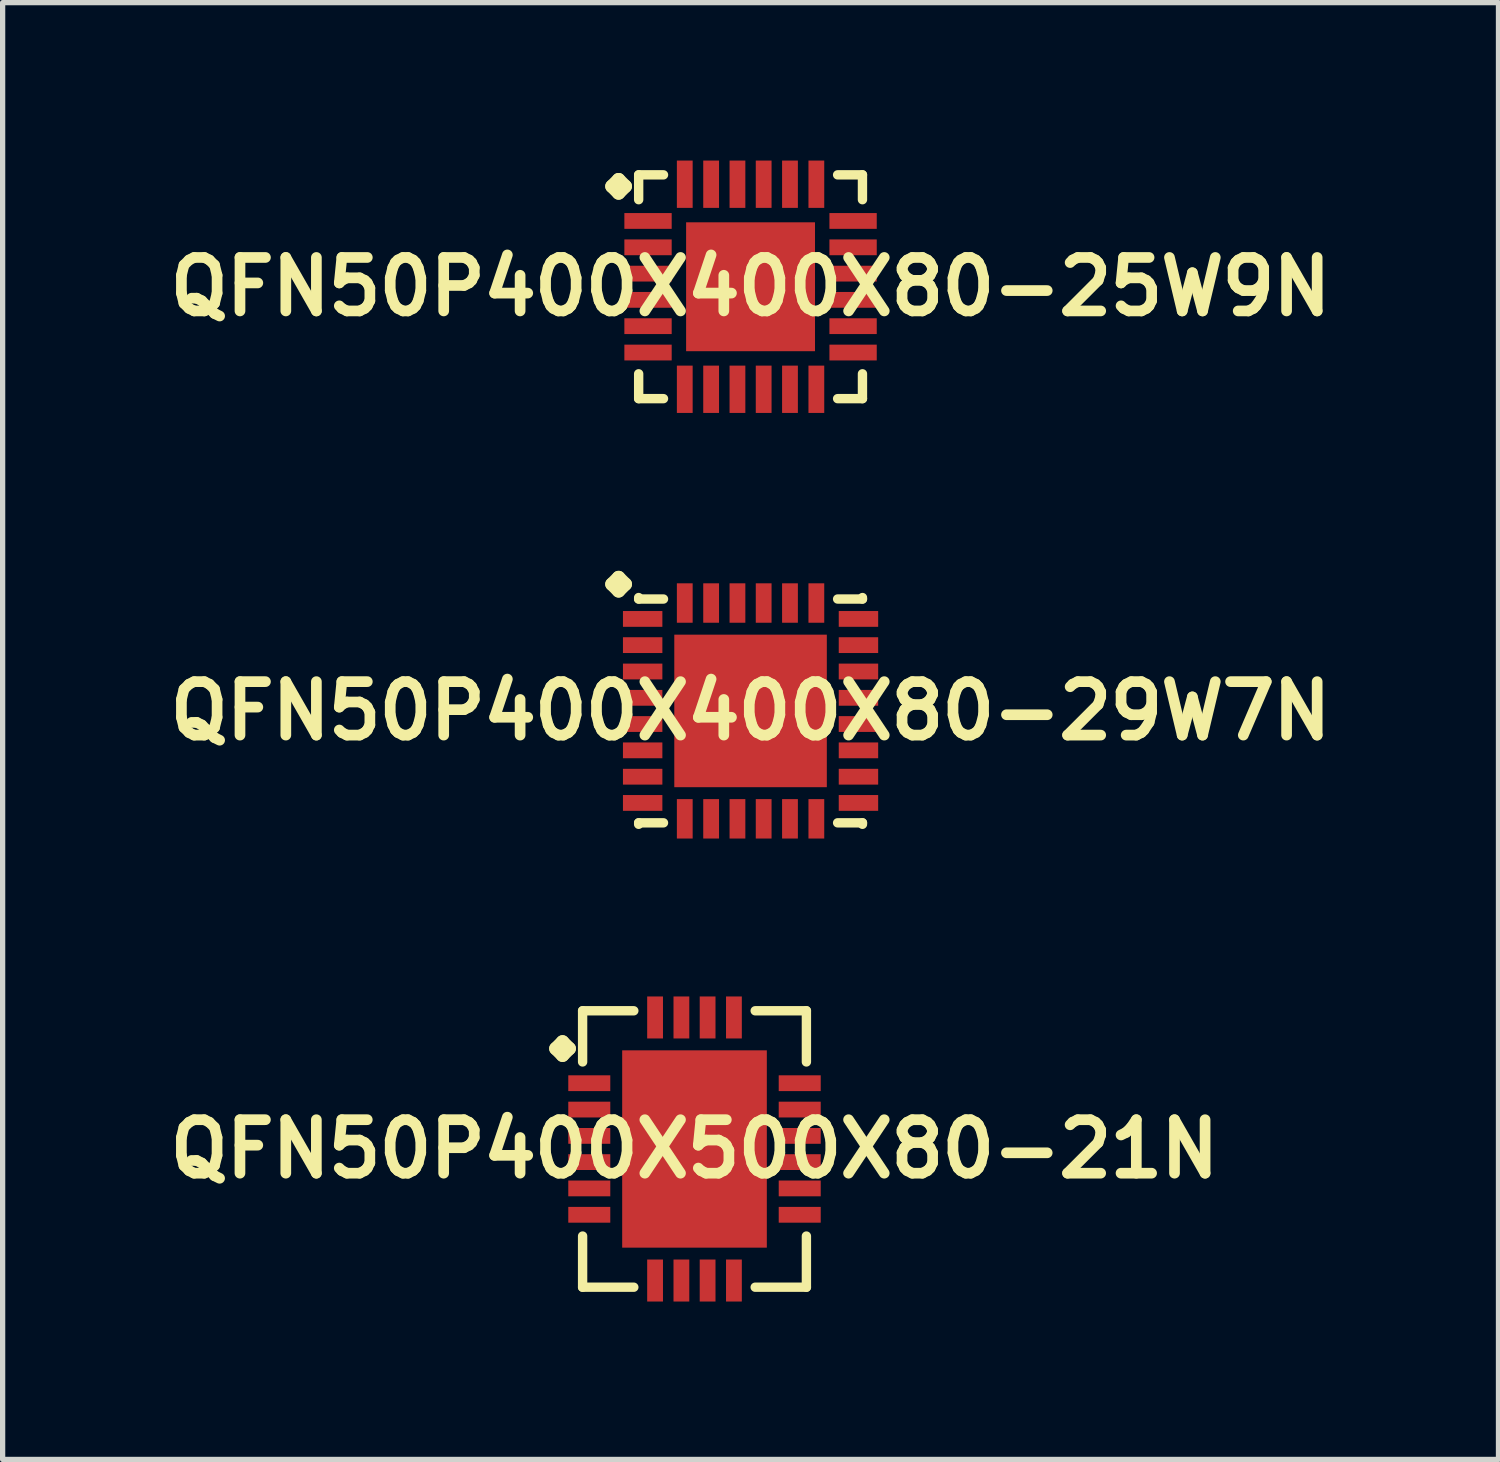
<source format=kicad_pcb>
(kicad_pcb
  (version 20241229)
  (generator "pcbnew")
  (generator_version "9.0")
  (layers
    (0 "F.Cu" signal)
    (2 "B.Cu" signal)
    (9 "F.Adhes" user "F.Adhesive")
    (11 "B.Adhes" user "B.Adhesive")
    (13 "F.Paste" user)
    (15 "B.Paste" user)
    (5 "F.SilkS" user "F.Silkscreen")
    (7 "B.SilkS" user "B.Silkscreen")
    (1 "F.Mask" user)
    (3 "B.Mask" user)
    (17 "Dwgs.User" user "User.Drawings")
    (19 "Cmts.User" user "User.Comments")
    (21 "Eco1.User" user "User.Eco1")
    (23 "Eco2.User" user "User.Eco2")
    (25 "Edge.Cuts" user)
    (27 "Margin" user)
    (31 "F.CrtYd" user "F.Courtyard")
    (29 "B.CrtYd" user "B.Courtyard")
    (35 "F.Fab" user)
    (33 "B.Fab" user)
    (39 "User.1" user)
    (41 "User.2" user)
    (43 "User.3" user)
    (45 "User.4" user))
  (footprint "QFN50P400X400X80-25W9N"
    (layer "F.Cu")
    (at 11.21 2.398)
    (property "Reference" "QFN50P400X400X80-25W9N" (at 0 0 0) (layer "F.SilkS") (effects (font (size 1.016 1.016) (thickness 0.203))))
    (attr smd)
    (fp_line (start -2.634 -1.908) (end -2.507 -2.035) (stroke (width 0.254) (type solid)) (layer "F.SilkS"))
    (fp_line (start -2.507 -2.035) (end -2.38 -1.908) (stroke (width 0.254) (type solid)) (layer "F.SilkS"))
    (fp_line (start -2.507 -1.781) (end -2.634 -1.908) (stroke (width 0.254) (type solid)) (layer "F.SilkS"))
    (fp_line (start -2.38 -1.908) (end -2.507 -1.781) (stroke (width 0.254) (type solid)) (layer "F.SilkS"))
    (fp_line (start -2.126 -2.126) (end -1.654 -2.126) (stroke (width 0.178) (type solid)) (layer "F.SilkS"))
    (fp_line (start -2.126 -1.654) (end -2.126 -2.126) (stroke (width 0.178) (type solid)) (layer "F.SilkS"))
    (fp_line (start -2.126 1.654) (end -2.126 2.126) (stroke (width 0.178) (type solid)) (layer "F.SilkS"))
    (fp_line (start -2.126 2.126) (end -1.654 2.126) (stroke (width 0.178) (type solid)) (layer "F.SilkS"))
    (fp_line (start 1.654 -2.126) (end 2.126 -2.126) (stroke (width 0.178) (type solid)) (layer "F.SilkS"))
    (fp_line (start 1.654 2.126) (end 2.126 2.126) (stroke (width 0.178) (type solid)) (layer "F.SilkS"))
    (fp_line (start 2.126 -2.126) (end 2.126 -1.654) (stroke (width 0.178) (type solid)) (layer "F.SilkS"))
    (fp_line (start 2.126 2.126) (end 2.126 1.654) (stroke (width 0.178) (type solid)) (layer "F.SilkS"))
    (pad "1" smd rect (at -1.948 -1.25) (size 0.899 0.3) (layers "F.Cu" "F.Mask" "F.Paste"))
    (pad "2" smd rect (at -1.948 -0.749) (size 0.899 0.3) (layers "F.Cu" "F.Mask" "F.Paste"))
    (pad "3" smd rect (at -1.948 -0.249) (size 0.899 0.3) (layers "F.Cu" "F.Mask" "F.Paste"))
    (pad "4" smd rect (at -1.948 0.249) (size 0.899 0.3) (layers "F.Cu" "F.Mask" "F.Paste"))
    (pad "5" smd rect (at -1.948 0.749) (size 0.899 0.3) (layers "F.Cu" "F.Mask" "F.Paste"))
    (pad "6" smd rect (at -1.948 1.25) (size 0.899 0.3) (layers "F.Cu" "F.Mask" "F.Paste"))
    (pad "7" smd rect (at -1.25 1.948) (size 0.3 0.899) (layers "F.Cu" "F.Mask" "F.Paste"))
    (pad "8" smd rect (at -0.749 1.948) (size 0.3 0.899) (layers "F.Cu" "F.Mask" "F.Paste"))
    (pad "9" smd rect (at -0.249 1.948) (size 0.3 0.899) (layers "F.Cu" "F.Mask" "F.Paste"))
    (pad "10" smd rect (at 0.249 1.948) (size 0.3 0.899) (layers "F.Cu" "F.Mask" "F.Paste"))
    (pad "11" smd rect (at 0.749 1.948) (size 0.3 0.899) (layers "F.Cu" "F.Mask" "F.Paste"))
    (pad "12" smd rect (at 1.25 1.948) (size 0.3 0.899) (layers "F.Cu" "F.Mask" "F.Paste"))
    (pad "13" smd rect (at 1.948 1.25) (size 0.899 0.3) (layers "F.Cu" "F.Mask" "F.Paste"))
    (pad "14" smd rect (at 1.948 0.749) (size 0.899 0.3) (layers "F.Cu" "F.Mask" "F.Paste"))
    (pad "15" smd rect (at 1.948 0.249) (size 0.899 0.3) (layers "F.Cu" "F.Mask" "F.Paste"))
    (pad "16" smd rect (at 1.948 -0.249) (size 0.899 0.3) (layers "F.Cu" "F.Mask" "F.Paste"))
    (pad "17" smd rect (at 1.948 -0.749) (size 0.899 0.3) (layers "F.Cu" "F.Mask" "F.Paste"))
    (pad "18" smd rect (at 1.948 -1.25) (size 0.899 0.3) (layers "F.Cu" "F.Mask" "F.Paste"))
    (pad "19" smd rect (at 1.25 -1.948) (size 0.3 0.899) (layers "F.Cu" "F.Mask" "F.Paste"))
    (pad "20" smd rect (at 0.749 -1.948) (size 0.3 0.899) (layers "F.Cu" "F.Mask" "F.Paste"))
    (pad "21" smd rect (at 0.249 -1.948) (size 0.3 0.899) (layers "F.Cu" "F.Mask" "F.Paste"))
    (pad "22" smd rect (at -0.249 -1.948) (size 0.3 0.899) (layers "F.Cu" "F.Mask" "F.Paste"))
    (pad "23" smd rect (at -0.749 -1.948) (size 0.3 0.899) (layers "F.Cu" "F.Mask" "F.Paste"))
    (pad "24" smd rect (at -1.25 -1.948) (size 0.3 0.899) (layers "F.Cu" "F.Mask" "F.Paste"))
    (pad "25" smd rect (at 0 0) (size 2.449 2.449) (layers "F.Cu" "F.Mask" "F.Paste")))
  (footprint "QFN50P400X400X80-29W7N"
    (layer "F.Cu")
    (at 11.21 10.457)
    (property "Reference" "QFN50P400X400X80-29W7N" (at 0 0 0) (layer "F.SilkS") (effects (font (size 1.016 1.016) (thickness 0.203))))
    (attr smd)
    (fp_line (start -2.634 -2.408) (end -2.507 -2.535) (stroke (width 0.254) (type solid)) (layer "F.SilkS"))
    (fp_line (start -2.507 -2.535) (end -2.38 -2.408) (stroke (width 0.254) (type solid)) (layer "F.SilkS"))
    (fp_line (start -2.507 -2.281) (end -2.634 -2.408) (stroke (width 0.254) (type solid)) (layer "F.SilkS"))
    (fp_line (start -2.38 -2.408) (end -2.507 -2.281) (stroke (width 0.254) (type solid)) (layer "F.SilkS"))
    (fp_line (start -2.126 -2.154) (end -2.126 -2.126) (stroke (width 0.178) (type solid)) (layer "F.SilkS"))
    (fp_line (start -2.126 -2.126) (end -1.654 -2.126) (stroke (width 0.178) (type solid)) (layer "F.SilkS"))
    (fp_line (start -2.126 2.126) (end -1.654 2.126) (stroke (width 0.178) (type solid)) (layer "F.SilkS"))
    (fp_line (start -2.126 2.154) (end -2.126 2.126) (stroke (width 0.178) (type solid)) (layer "F.SilkS"))
    (fp_line (start 1.654 -2.126) (end 2.126 -2.126) (stroke (width 0.178) (type solid)) (layer "F.SilkS"))
    (fp_line (start 1.654 2.126) (end 2.126 2.126) (stroke (width 0.178) (type solid)) (layer "F.SilkS"))
    (fp_line (start 2.126 -2.126) (end 2.126 -2.154) (stroke (width 0.178) (type solid)) (layer "F.SilkS"))
    (fp_line (start 2.126 2.126) (end 2.126 2.154) (stroke (width 0.178) (type solid)) (layer "F.SilkS"))
    (pad "1" smd rect (at -2.05 -1.748) (size 0.749 0.3) (layers "F.Cu" "F.Mask" "F.Paste"))
    (pad "2" smd rect (at -2.05 -1.25) (size 0.749 0.3) (layers "F.Cu" "F.Mask" "F.Paste"))
    (pad "3" smd rect (at -2.05 -0.749) (size 0.749 0.3) (layers "F.Cu" "F.Mask" "F.Paste"))
    (pad "4" smd rect (at -2.05 -0.249) (size 0.749 0.3) (layers "F.Cu" "F.Mask" "F.Paste"))
    (pad "5" smd rect (at -2.05 0.249) (size 0.749 0.3) (layers "F.Cu" "F.Mask" "F.Paste"))
    (pad "6" smd rect (at -2.05 0.749) (size 0.749 0.3) (layers "F.Cu" "F.Mask" "F.Paste"))
    (pad "7" smd rect (at -2.05 1.25) (size 0.749 0.3) (layers "F.Cu" "F.Mask" "F.Paste"))
    (pad "8" smd rect (at -2.05 1.748) (size 0.749 0.3) (layers "F.Cu" "F.Mask" "F.Paste"))
    (pad "9" smd rect (at -1.25 2.05) (size 0.3 0.749) (layers "F.Cu" "F.Mask" "F.Paste"))
    (pad "10" smd rect (at -0.749 2.05) (size 0.3 0.749) (layers "F.Cu" "F.Mask" "F.Paste"))
    (pad "11" smd rect (at -0.249 2.05) (size 0.3 0.749) (layers "F.Cu" "F.Mask" "F.Paste"))
    (pad "12" smd rect (at 0.249 2.05) (size 0.3 0.749) (layers "F.Cu" "F.Mask" "F.Paste"))
    (pad "13" smd rect (at 0.749 2.05) (size 0.3 0.749) (layers "F.Cu" "F.Mask" "F.Paste"))
    (pad "14" smd rect (at 1.25 2.05) (size 0.3 0.749) (layers "F.Cu" "F.Mask" "F.Paste"))
    (pad "15" smd rect (at 2.05 1.748) (size 0.749 0.3) (layers "F.Cu" "F.Mask" "F.Paste"))
    (pad "16" smd rect (at 2.05 1.25) (size 0.749 0.3) (layers "F.Cu" "F.Mask" "F.Paste"))
    (pad "17" smd rect (at 2.05 0.749) (size 0.749 0.3) (layers "F.Cu" "F.Mask" "F.Paste"))
    (pad "18" smd rect (at 2.05 0.249) (size 0.749 0.3) (layers "F.Cu" "F.Mask" "F.Paste"))
    (pad "19" smd rect (at 2.05 -0.249) (size 0.749 0.3) (layers "F.Cu" "F.Mask" "F.Paste"))
    (pad "20" smd rect (at 2.05 -0.749) (size 0.749 0.3) (layers "F.Cu" "F.Mask" "F.Paste"))
    (pad "21" smd rect (at 2.05 -1.25) (size 0.749 0.3) (layers "F.Cu" "F.Mask" "F.Paste"))
    (pad "22" smd rect (at 2.05 -1.748) (size 0.749 0.3) (layers "F.Cu" "F.Mask" "F.Paste"))
    (pad "23" smd rect (at 1.25 -2.05) (size 0.3 0.749) (layers "F.Cu" "F.Mask" "F.Paste"))
    (pad "24" smd rect (at 0.749 -2.05) (size 0.3 0.749) (layers "F.Cu" "F.Mask" "F.Paste"))
    (pad "25" smd rect (at 0.249 -2.05) (size 0.3 0.749) (layers "F.Cu" "F.Mask" "F.Paste"))
    (pad "26" smd rect (at -0.249 -2.05) (size 0.3 0.749) (layers "F.Cu" "F.Mask" "F.Paste"))
    (pad "27" smd rect (at -0.749 -2.05) (size 0.3 0.749) (layers "F.Cu" "F.Mask" "F.Paste"))
    (pad "28" smd rect (at -1.25 -2.05) (size 0.3 0.749) (layers "F.Cu" "F.Mask" "F.Paste"))
    (pad "29" smd rect (at 0 0) (size 2.898 2.898) (layers "F.Cu" "F.Mask" "F.Paste")))
  (footprint "QFN50P400X500X80-21N"
    (layer "F.Cu")
    (at 10.145 18.78)
    (property "Reference" "QFN50P400X500X80-21N" (at 0 0 0) (layer "F.SilkS") (effects (font (size 1.016 1.016) (thickness 0.203))))
    (attr smd)
    (fp_line (start -2.634 -1.908) (end -2.507 -2.035) (stroke (width 0.254) (type solid)) (layer "F.SilkS"))
    (fp_line (start -2.507 -2.035) (end -2.38 -1.908) (stroke (width 0.254) (type solid)) (layer "F.SilkS"))
    (fp_line (start -2.507 -1.781) (end -2.634 -1.908) (stroke (width 0.254) (type solid)) (layer "F.SilkS"))
    (fp_line (start -2.38 -1.908) (end -2.507 -1.781) (stroke (width 0.254) (type solid)) (layer "F.SilkS"))
    (fp_line (start -2.126 -2.626) (end -1.153 -2.626) (stroke (width 0.178) (type solid)) (layer "F.SilkS"))
    (fp_line (start -2.126 -1.654) (end -2.126 -2.626) (stroke (width 0.178) (type solid)) (layer "F.SilkS"))
    (fp_line (start -2.126 1.654) (end -2.126 2.626) (stroke (width 0.178) (type solid)) (layer "F.SilkS"))
    (fp_line (start -2.126 2.626) (end -1.153 2.626) (stroke (width 0.178) (type solid)) (layer "F.SilkS"))
    (fp_line (start 1.153 -2.626) (end 2.126 -2.626) (stroke (width 0.178) (type solid)) (layer "F.SilkS"))
    (fp_line (start 1.153 2.626) (end 2.126 2.626) (stroke (width 0.178) (type solid)) (layer "F.SilkS"))
    (fp_line (start 2.126 -2.626) (end 2.126 -1.654) (stroke (width 0.178) (type solid)) (layer "F.SilkS"))
    (fp_line (start 2.126 2.626) (end 2.126 1.654) (stroke (width 0.178) (type solid)) (layer "F.SilkS"))
    (pad "1" smd rect (at -1.999 -1.25) (size 0.798 0.3) (layers "F.Cu" "F.Mask" "F.Paste"))
    (pad "2" smd rect (at -1.999 -0.749) (size 0.798 0.3) (layers "F.Cu" "F.Mask" "F.Paste"))
    (pad "3" smd rect (at -1.999 -0.249) (size 0.798 0.3) (layers "F.Cu" "F.Mask" "F.Paste"))
    (pad "4" smd rect (at -1.999 0.249) (size 0.798 0.3) (layers "F.Cu" "F.Mask" "F.Paste"))
    (pad "5" smd rect (at -1.999 0.749) (size 0.798 0.3) (layers "F.Cu" "F.Mask" "F.Paste"))
    (pad "6" smd rect (at -1.999 1.25) (size 0.798 0.3) (layers "F.Cu" "F.Mask" "F.Paste"))
    (pad "7" smd rect (at -0.749 2.499) (size 0.3 0.798) (layers "F.Cu" "F.Mask" "F.Paste"))
    (pad "8" smd rect (at -0.249 2.499) (size 0.3 0.798) (layers "F.Cu" "F.Mask" "F.Paste"))
    (pad "9" smd rect (at 0.249 2.499) (size 0.3 0.798) (layers "F.Cu" "F.Mask" "F.Paste"))
    (pad "10" smd rect (at 0.749 2.499) (size 0.3 0.798) (layers "F.Cu" "F.Mask" "F.Paste"))
    (pad "11" smd rect (at 1.999 1.25) (size 0.798 0.3) (layers "F.Cu" "F.Mask" "F.Paste"))
    (pad "12" smd rect (at 1.999 0.749) (size 0.798 0.3) (layers "F.Cu" "F.Mask" "F.Paste"))
    (pad "13" smd rect (at 1.999 0.249) (size 0.798 0.3) (layers "F.Cu" "F.Mask" "F.Paste"))
    (pad "14" smd rect (at 1.999 -0.249) (size 0.798 0.3) (layers "F.Cu" "F.Mask" "F.Paste"))
    (pad "15" smd rect (at 1.999 -0.749) (size 0.798 0.3) (layers "F.Cu" "F.Mask" "F.Paste"))
    (pad "16" smd rect (at 1.999 -1.25) (size 0.798 0.3) (layers "F.Cu" "F.Mask" "F.Paste"))
    (pad "17" smd rect (at 0.749 -2.499) (size 0.3 0.798) (layers "F.Cu" "F.Mask" "F.Paste"))
    (pad "18" smd rect (at 0.249 -2.499) (size 0.3 0.798) (layers "F.Cu" "F.Mask" "F.Paste"))
    (pad "19" smd rect (at -0.249 -2.499) (size 0.3 0.798) (layers "F.Cu" "F.Mask" "F.Paste"))
    (pad "20" smd rect (at -0.749 -2.499) (size 0.3 0.798) (layers "F.Cu" "F.Mask" "F.Paste"))
    (pad "21" smd rect (at 0 0) (size 2.748 3.749) (layers "F.Cu" "F.Mask" "F.Paste")))
  (gr_rect
    (start -3 -3)
    (end 25.42 24.678)
    (stroke (width 0.1) (type default))
    (fill no)
    (layer "Edge.Cuts")))
</source>
